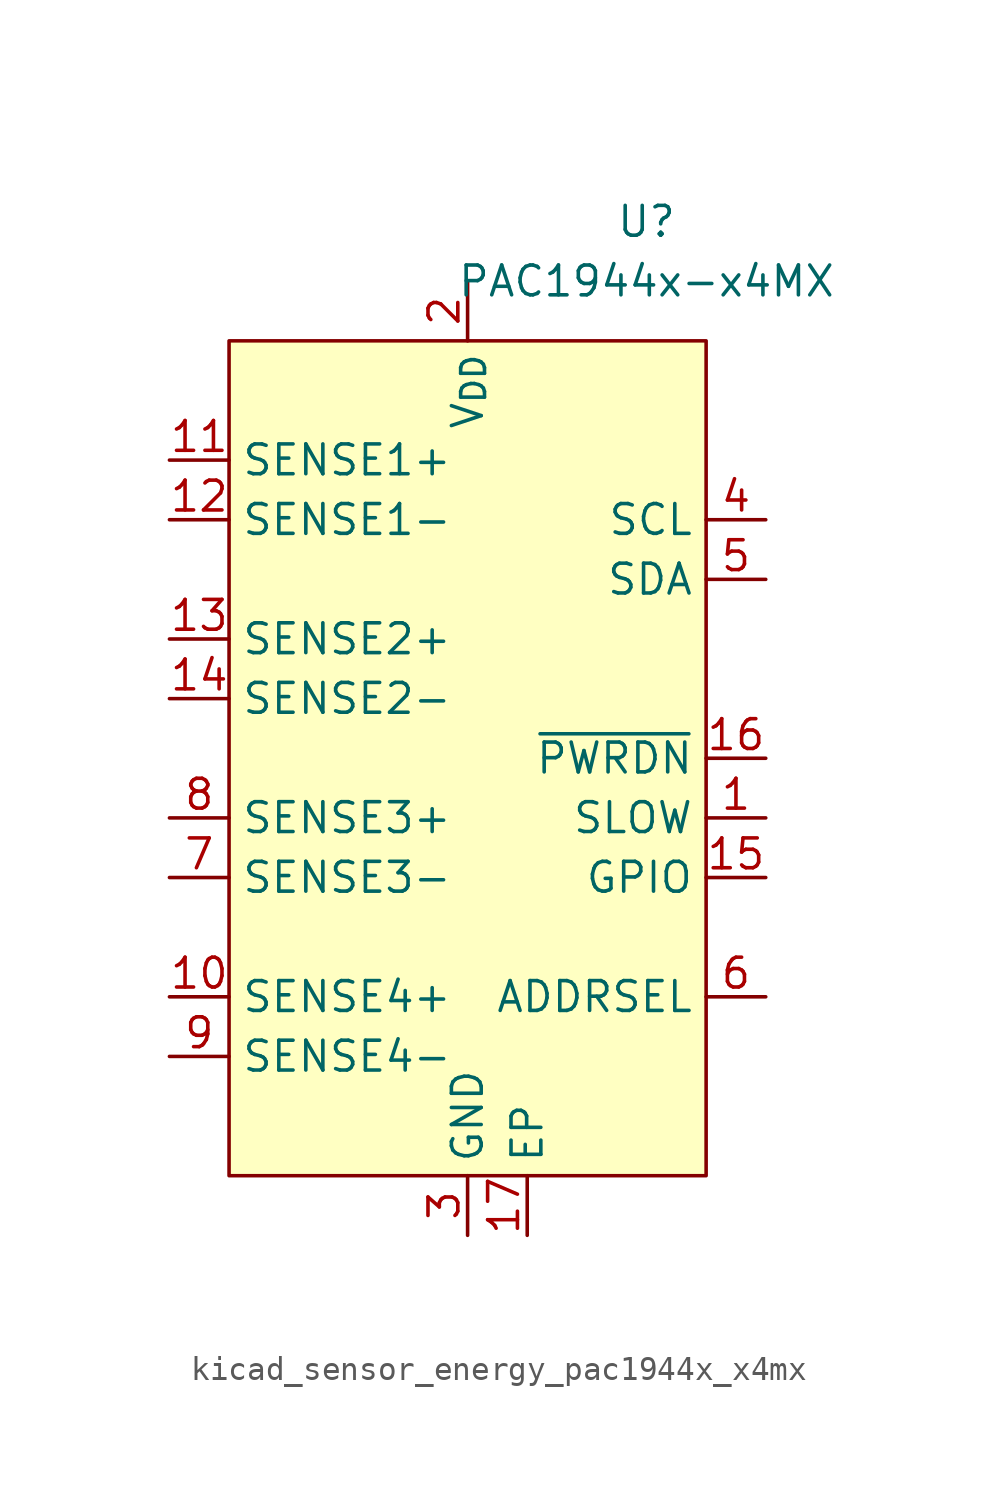
<source format=kicad_sym>
(kicad_symbol_lib
  (version 20220914)
  (generator kicad_symbol_editor)
  (symbol "kicad_sensor_energy_pac1944x_x4mx"
    (property "Reference" "U"
      (at 7.62 22.86 0)
      (effects (font (size 1.27 1.27))))
    (property "Value" "PAC1944x-x4MX"
      (at 7.62 20.32 0)
      (effects (font (size 1.27 1.27))))
    (symbol "kicad_sensor_energy_pac1944x_x4mx_0_0"
      (pin input line (at 12.7 -2.54 180) (length 2.54) (name "SLOW" (effects (font (size 1.27 1.27)))) (number "1" (effects (font (size 1.27 1.27)))) (alternate "GPIO" bidirectional line) (alternate "~{ALERT1}" open_collector line))
      (pin input line (at -12.7 -10.16 0) (length 2.54) (name "SENSE4+" (effects (font (size 1.27 1.27)))) (number "10" (effects (font (size 1.27 1.27)))))
      (pin input line (at -12.7 12.7 0) (length 2.54) (name "SENSE1+" (effects (font (size 1.27 1.27)))) (number "11" (effects (font (size 1.27 1.27)))))
      (pin input line (at -12.7 10.16 0) (length 2.54) (name "SENSE1-" (effects (font (size 1.27 1.27)))) (number "12" (effects (font (size 1.27 1.27)))))
      (pin input line (at -12.7 5.08 0) (length 2.54) (name "SENSE2+" (effects (font (size 1.27 1.27)))) (number "13" (effects (font (size 1.27 1.27)))))
      (pin input line (at -12.7 2.54 0) (length 2.54) (name "SENSE2-" (effects (font (size 1.27 1.27)))) (number "14" (effects (font (size 1.27 1.27)))))
      (pin bidirectional line (at 12.7 -5.08 180) (length 2.54) (name "GPIO" (effects (font (size 1.27 1.27)))) (number "15" (effects (font (size 1.27 1.27)))) (alternate "~{ALERT2}" open_collector line))
      (pin input line (at 12.7 0 180) (length 2.54) (name "~{PWRDN}" (effects (font (size 1.27 1.27)))) (number "16" (effects (font (size 1.27 1.27)))))
      (pin passive line (at 2.54 -20.32 90) (length 2.54) (name "EP" (effects (font (size 1.27 1.27)))) (number "17" (effects (font (size 1.27 1.27)))))
      (pin power_in line (at 0 20.32 270) (length 2.54) (name "V_{DD}" (effects (font (size 1.27 1.27)))) (number "2" (effects (font (size 1.27 1.27)))))
      (pin power_in line (at 0 -20.32 90) (length 2.54) (name "GND" (effects (font (size 1.27 1.27)))) (number "3" (effects (font (size 1.27 1.27)))))
      (pin input line (at 12.7 10.16 180) (length 2.54) (name "SCL" (effects (font (size 1.27 1.27)))) (number "4" (effects (font (size 1.27 1.27)))) (alternate "SM_CLK" input line))
      (pin bidirectional line (at 12.7 7.62 180) (length 2.54) (name "SDA" (effects (font (size 1.27 1.27)))) (number "5" (effects (font (size 1.27 1.27)))) (alternate "SM_DATA" bidirectional line))
      (pin passive line (at 12.7 -10.16 180) (length 2.54) (name "ADDRSEL" (effects (font (size 1.27 1.27)))) (number "6" (effects (font (size 1.27 1.27)))))
      (pin input line (at -12.7 -5.08 0) (length 2.54) (name "SENSE3-" (effects (font (size 1.27 1.27)))) (number "7" (effects (font (size 1.27 1.27)))))
      (pin input line (at -12.7 -2.54 0) (length 2.54) (name "SENSE3+" (effects (font (size 1.27 1.27)))) (number "8" (effects (font (size 1.27 1.27)))))
      (pin input line (at -12.7 -12.7 0) (length 2.54) (name "SENSE4-" (effects (font (size 1.27 1.27)))) (number "9" (effects (font (size 1.27 1.27))))))
    (symbol "kicad_sensor_energy_pac1944x_x4mx_0_1"
      (rectangle (start -10.16 17.78) (end 10.16 -17.78) (stroke (width 0) (type default)) (fill (type background))))))
</source>
